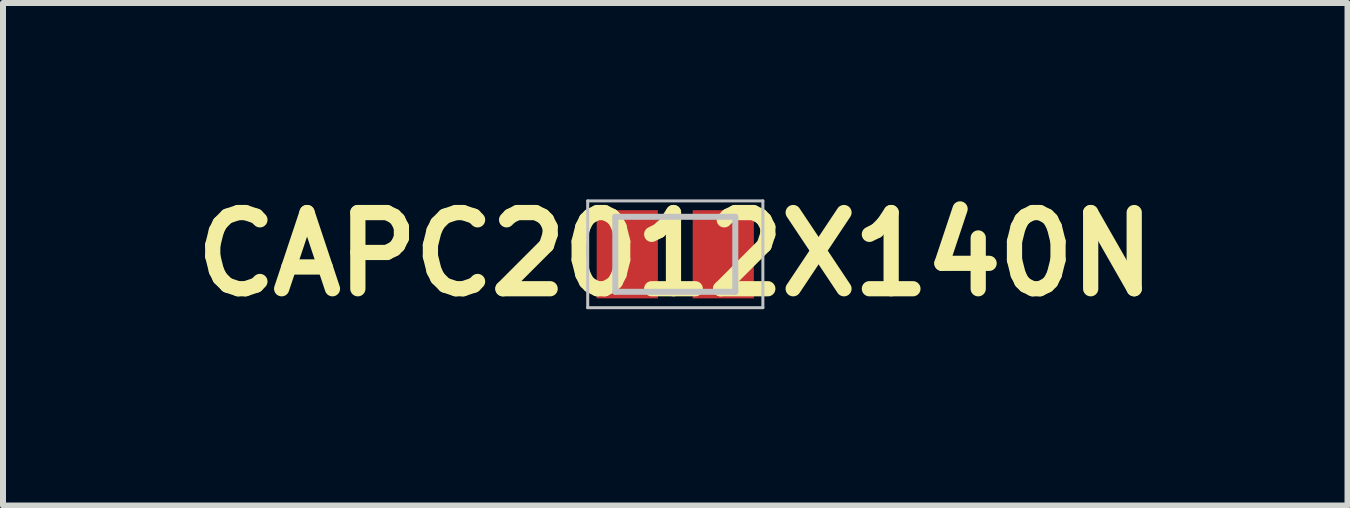
<source format=kicad_pcb>
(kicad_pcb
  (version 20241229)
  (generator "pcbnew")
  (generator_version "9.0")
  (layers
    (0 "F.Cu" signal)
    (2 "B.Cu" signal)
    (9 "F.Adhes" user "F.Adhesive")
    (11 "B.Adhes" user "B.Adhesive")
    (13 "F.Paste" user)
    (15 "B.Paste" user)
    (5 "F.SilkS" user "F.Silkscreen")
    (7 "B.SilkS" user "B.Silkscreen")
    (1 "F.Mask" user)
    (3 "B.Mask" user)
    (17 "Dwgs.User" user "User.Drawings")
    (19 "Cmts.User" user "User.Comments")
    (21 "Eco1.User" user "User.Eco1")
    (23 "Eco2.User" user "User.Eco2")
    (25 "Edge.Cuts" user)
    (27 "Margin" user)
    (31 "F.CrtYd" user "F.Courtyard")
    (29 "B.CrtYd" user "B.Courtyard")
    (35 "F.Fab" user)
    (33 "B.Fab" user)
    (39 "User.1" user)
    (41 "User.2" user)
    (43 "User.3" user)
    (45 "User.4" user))
  (footprint "CAPC2012X140N"
    (layer "F.Cu")
    (at 8.207 1.189)
    (property "Reference" "CAPC2012X140N" (at 0 0 0) (layer "F.SilkS") (effects (font (size 1.27 1.27) (thickness 0.254))))
    (attr smd)
    (fp_line (start -1.46 -0.89) (end 1.46 -0.89) (stroke (width 0.05) (type solid)) (layer "Dwgs.User"))
    (fp_line (start -1.46 0.89) (end -1.46 -0.89) (stroke (width 0.05) (type solid)) (layer "Dwgs.User"))
    (fp_line (start -1 -0.625) (end 1 -0.625) (stroke (width 0.1) (type solid)) (layer "Dwgs.User"))
    (fp_line (start -1 0.625) (end -1 -0.625) (stroke (width 0.1) (type solid)) (layer "Dwgs.User"))
    (fp_line (start 1 -0.625) (end 1 0.625) (stroke (width 0.1) (type solid)) (layer "Dwgs.User"))
    (fp_line (start 1 0.625) (end -1 0.625) (stroke (width 0.1) (type solid)) (layer "Dwgs.User"))
    (fp_line (start 1.46 -0.89) (end 1.46 0.89) (stroke (width 0.05) (type solid)) (layer "Dwgs.User"))
    (fp_line (start 1.46 0.89) (end -1.46 0.89) (stroke (width 0.05) (type solid)) (layer "Dwgs.User"))
    (pad "1" smd rect (at -0.8 0) (size 1.02 1.47) (layers "F.Cu" "F.Mask" "F.Paste"))
    (pad "2" smd rect (at 0.8 0) (size 1.02 1.47) (layers "F.Cu" "F.Mask" "F.Paste")))
  (gr_rect
    (start -3 -3)
    (end 19.413 5.377)
    (stroke (width 0.1) (type default))
    (fill no)
    (layer "Edge.Cuts")))
</source>
